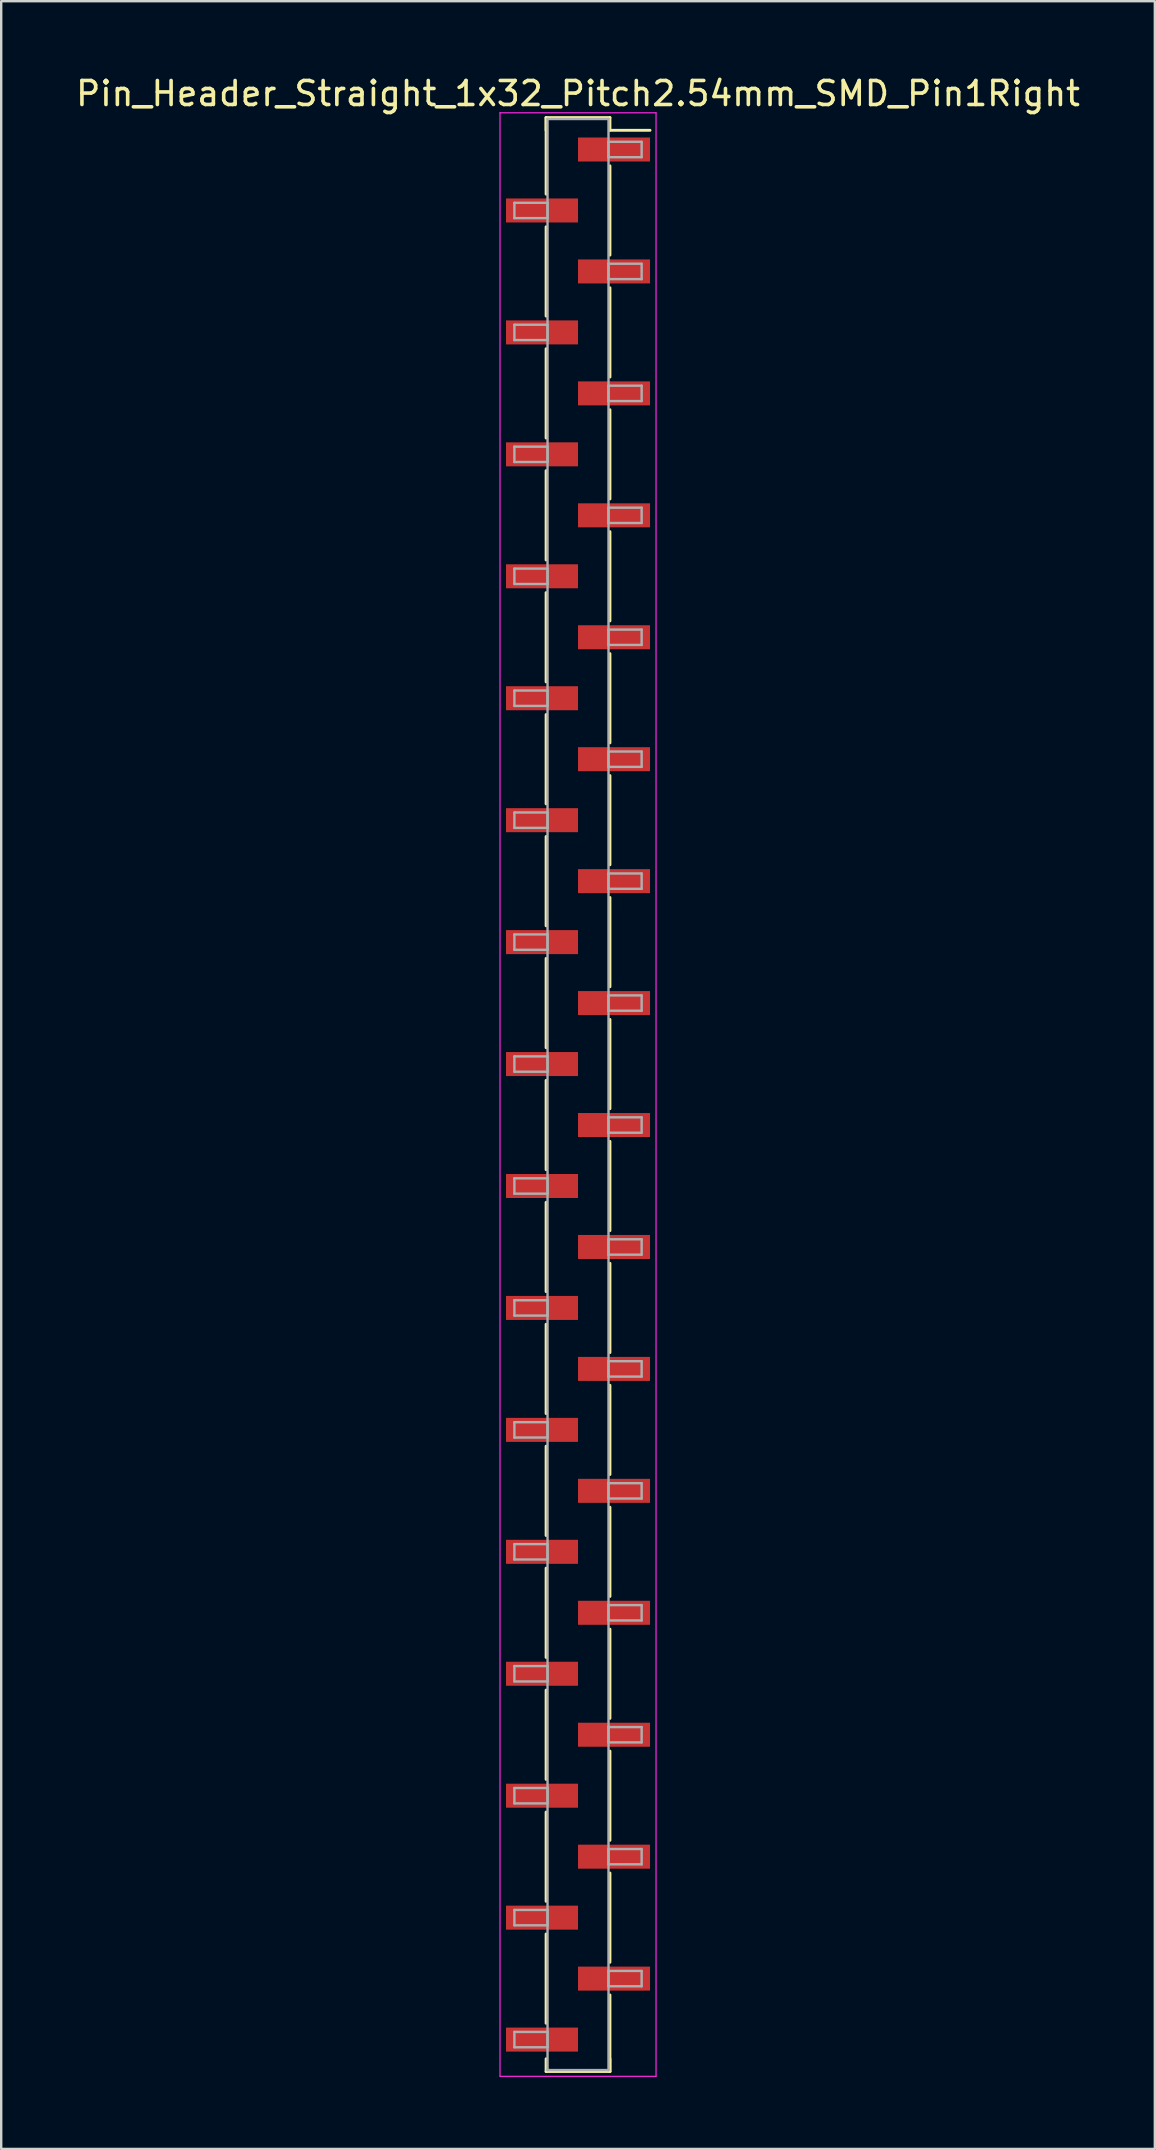
<source format=kicad_pcb>
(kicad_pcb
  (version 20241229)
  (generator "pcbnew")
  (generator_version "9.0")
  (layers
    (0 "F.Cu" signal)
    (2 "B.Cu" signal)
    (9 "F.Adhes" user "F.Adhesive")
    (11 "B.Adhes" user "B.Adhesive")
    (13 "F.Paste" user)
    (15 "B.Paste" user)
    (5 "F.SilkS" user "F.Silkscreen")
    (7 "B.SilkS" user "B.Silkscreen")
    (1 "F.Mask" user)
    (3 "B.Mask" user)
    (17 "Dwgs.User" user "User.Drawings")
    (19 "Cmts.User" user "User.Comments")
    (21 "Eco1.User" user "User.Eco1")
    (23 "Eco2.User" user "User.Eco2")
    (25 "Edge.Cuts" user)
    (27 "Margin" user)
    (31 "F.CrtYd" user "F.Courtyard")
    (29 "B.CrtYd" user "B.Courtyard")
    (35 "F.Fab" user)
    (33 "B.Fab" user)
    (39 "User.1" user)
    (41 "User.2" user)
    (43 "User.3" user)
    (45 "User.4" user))
  (footprint "Pin_Header_Straight_1x32_Pitch2.54mm_SMD_Pin1Right"
    (layer "F.Cu")
    (at 21.03 42.548)
    (property "Reference" "Pin_Header_Straight_1x32_Pitch2.54mm_SMD_Pin1Right" (at 0 -41.7 0) (layer "F.SilkS") (effects (font (size 1 1) (thickness 0.15))))
    (attr smd)
    (fp_line (start -1.33 -40.7) (end -1.33 -37.51) (stroke (width 0.12) (type solid)) (layer "F.SilkS"))
    (fp_line (start -1.33 -40.7) (end 1.33 -40.7) (stroke (width 0.12) (type solid)) (layer "F.SilkS"))
    (fp_line (start -1.33 -40.17) (end -1.33 -40.7) (stroke (width 0.12) (type solid)) (layer "F.SilkS"))
    (fp_line (start -1.33 -36.15) (end -1.33 -32.43) (stroke (width 0.12) (type solid)) (layer "F.SilkS"))
    (fp_line (start -1.33 -31.07) (end -1.33 -27.35) (stroke (width 0.12) (type solid)) (layer "F.SilkS"))
    (fp_line (start -1.33 -25.99) (end -1.33 -22.27) (stroke (width 0.12) (type solid)) (layer "F.SilkS"))
    (fp_line (start -1.33 -20.91) (end -1.33 -17.19) (stroke (width 0.12) (type solid)) (layer "F.SilkS"))
    (fp_line (start -1.33 -15.83) (end -1.33 -12.11) (stroke (width 0.12) (type solid)) (layer "F.SilkS"))
    (fp_line (start -1.33 -10.75) (end -1.33 -7.03) (stroke (width 0.12) (type solid)) (layer "F.SilkS"))
    (fp_line (start -1.33 -5.67) (end -1.33 -1.95) (stroke (width 0.12) (type solid)) (layer "F.SilkS"))
    (fp_line (start -1.33 -0.59) (end -1.33 3.13) (stroke (width 0.12) (type solid)) (layer "F.SilkS"))
    (fp_line (start -1.33 4.49) (end -1.33 8.21) (stroke (width 0.12) (type solid)) (layer "F.SilkS"))
    (fp_line (start -1.33 9.57) (end -1.33 13.29) (stroke (width 0.12) (type solid)) (layer "F.SilkS"))
    (fp_line (start -1.33 14.65) (end -1.33 18.37) (stroke (width 0.12) (type solid)) (layer "F.SilkS"))
    (fp_line (start -1.33 19.73) (end -1.33 23.45) (stroke (width 0.12) (type solid)) (layer "F.SilkS"))
    (fp_line (start -1.33 24.81) (end -1.33 28.53) (stroke (width 0.12) (type solid)) (layer "F.SilkS"))
    (fp_line (start -1.33 29.89) (end -1.33 33.61) (stroke (width 0.12) (type solid)) (layer "F.SilkS"))
    (fp_line (start -1.33 34.97) (end -1.33 38.69) (stroke (width 0.12) (type solid)) (layer "F.SilkS"))
    (fp_line (start -1.33 40.17) (end -1.33 40.7) (stroke (width 0.12) (type solid)) (layer "F.SilkS"))
    (fp_line (start -1.33 40.7) (end 1.33 40.7) (stroke (width 0.12) (type solid)) (layer "F.SilkS"))
    (fp_line (start 1.33 -40.7) (end 1.33 -40.17) (stroke (width 0.12) (type solid)) (layer "F.SilkS"))
    (fp_line (start 1.33 -40.17) (end 3 -40.17) (stroke (width 0.12) (type solid)) (layer "F.SilkS"))
    (fp_line (start 1.33 -38.69) (end 1.33 -34.97) (stroke (width 0.12) (type solid)) (layer "F.SilkS"))
    (fp_line (start 1.33 -33.61) (end 1.33 -29.89) (stroke (width 0.12) (type solid)) (layer "F.SilkS"))
    (fp_line (start 1.33 -28.53) (end 1.33 -24.81) (stroke (width 0.12) (type solid)) (layer "F.SilkS"))
    (fp_line (start 1.33 -23.45) (end 1.33 -19.73) (stroke (width 0.12) (type solid)) (layer "F.SilkS"))
    (fp_line (start 1.33 -18.37) (end 1.33 -14.65) (stroke (width 0.12) (type solid)) (layer "F.SilkS"))
    (fp_line (start 1.33 -13.29) (end 1.33 -9.57) (stroke (width 0.12) (type solid)) (layer "F.SilkS"))
    (fp_line (start 1.33 -8.21) (end 1.33 -4.49) (stroke (width 0.12) (type solid)) (layer "F.SilkS"))
    (fp_line (start 1.33 -3.13) (end 1.33 0.59) (stroke (width 0.12) (type solid)) (layer "F.SilkS"))
    (fp_line (start 1.33 1.95) (end 1.33 5.67) (stroke (width 0.12) (type solid)) (layer "F.SilkS"))
    (fp_line (start 1.33 7.03) (end 1.33 10.75) (stroke (width 0.12) (type solid)) (layer "F.SilkS"))
    (fp_line (start 1.33 12.11) (end 1.33 15.83) (stroke (width 0.12) (type solid)) (layer "F.SilkS"))
    (fp_line (start 1.33 17.19) (end 1.33 20.91) (stroke (width 0.12) (type solid)) (layer "F.SilkS"))
    (fp_line (start 1.33 22.27) (end 1.33 25.99) (stroke (width 0.12) (type solid)) (layer "F.SilkS"))
    (fp_line (start 1.33 27.35) (end 1.33 31.07) (stroke (width 0.12) (type solid)) (layer "F.SilkS"))
    (fp_line (start 1.33 32.43) (end 1.33 36.15) (stroke (width 0.12) (type solid)) (layer "F.SilkS"))
    (fp_line (start 1.33 37.51) (end 1.33 40.7) (stroke (width 0.12) (type solid)) (layer "F.SilkS"))
    (fp_line (start 1.33 40.7) (end 1.33 40.17) (stroke (width 0.12) (type solid)) (layer "F.SilkS"))
    (fp_line (start -3.25 -40.9) (end -3.25 40.9) (stroke (width 0.05) (type solid)) (layer "F.CrtYd"))
    (fp_line (start -3.25 40.9) (end 3.25 40.9) (stroke (width 0.05) (type solid)) (layer "F.CrtYd"))
    (fp_line (start 3.25 -40.9) (end -3.25 -40.9) (stroke (width 0.05) (type solid)) (layer "F.CrtYd"))
    (fp_line (start 3.25 40.9) (end 3.25 -40.9) (stroke (width 0.05) (type solid)) (layer "F.CrtYd"))
    (fp_line (start -2.65 -37.15) (end -1.27 -37.15) (stroke (width 0.1) (type solid)) (layer "F.Fab"))
    (fp_line (start -2.65 -36.51) (end -2.65 -37.15) (stroke (width 0.1) (type solid)) (layer "F.Fab"))
    (fp_line (start -2.65 -32.07) (end -1.27 -32.07) (stroke (width 0.1) (type solid)) (layer "F.Fab"))
    (fp_line (start -2.65 -31.43) (end -2.65 -32.07) (stroke (width 0.1) (type solid)) (layer "F.Fab"))
    (fp_line (start -2.65 -26.99) (end -1.27 -26.99) (stroke (width 0.1) (type solid)) (layer "F.Fab"))
    (fp_line (start -2.65 -26.35) (end -2.65 -26.99) (stroke (width 0.1) (type solid)) (layer "F.Fab"))
    (fp_line (start -2.65 -21.91) (end -1.27 -21.91) (stroke (width 0.1) (type solid)) (layer "F.Fab"))
    (fp_line (start -2.65 -21.27) (end -2.65 -21.91) (stroke (width 0.1) (type solid)) (layer "F.Fab"))
    (fp_line (start -2.65 -16.83) (end -1.27 -16.83) (stroke (width 0.1) (type solid)) (layer "F.Fab"))
    (fp_line (start -2.65 -16.19) (end -2.65 -16.83) (stroke (width 0.1) (type solid)) (layer "F.Fab"))
    (fp_line (start -2.65 -11.75) (end -1.27 -11.75) (stroke (width 0.1) (type solid)) (layer "F.Fab"))
    (fp_line (start -2.65 -11.11) (end -2.65 -11.75) (stroke (width 0.1) (type solid)) (layer "F.Fab"))
    (fp_line (start -2.65 -6.67) (end -1.27 -6.67) (stroke (width 0.1) (type solid)) (layer "F.Fab"))
    (fp_line (start -2.65 -6.03) (end -2.65 -6.67) (stroke (width 0.1) (type solid)) (layer "F.Fab"))
    (fp_line (start -2.65 -1.59) (end -1.27 -1.59) (stroke (width 0.1) (type solid)) (layer "F.Fab"))
    (fp_line (start -2.65 -0.95) (end -2.65 -1.59) (stroke (width 0.1) (type solid)) (layer "F.Fab"))
    (fp_line (start -2.65 3.49) (end -1.27 3.49) (stroke (width 0.1) (type solid)) (layer "F.Fab"))
    (fp_line (start -2.65 4.13) (end -2.65 3.49) (stroke (width 0.1) (type solid)) (layer "F.Fab"))
    (fp_line (start -2.65 8.57) (end -1.27 8.57) (stroke (width 0.1) (type solid)) (layer "F.Fab"))
    (fp_line (start -2.65 9.21) (end -2.65 8.57) (stroke (width 0.1) (type solid)) (layer "F.Fab"))
    (fp_line (start -2.65 13.65) (end -1.27 13.65) (stroke (width 0.1) (type solid)) (layer "F.Fab"))
    (fp_line (start -2.65 14.29) (end -2.65 13.65) (stroke (width 0.1) (type solid)) (layer "F.Fab"))
    (fp_line (start -2.65 18.73) (end -1.27 18.73) (stroke (width 0.1) (type solid)) (layer "F.Fab"))
    (fp_line (start -2.65 19.37) (end -2.65 18.73) (stroke (width 0.1) (type solid)) (layer "F.Fab"))
    (fp_line (start -2.65 23.81) (end -1.27 23.81) (stroke (width 0.1) (type solid)) (layer "F.Fab"))
    (fp_line (start -2.65 24.45) (end -2.65 23.81) (stroke (width 0.1) (type solid)) (layer "F.Fab"))
    (fp_line (start -2.65 28.89) (end -1.27 28.89) (stroke (width 0.1) (type solid)) (layer "F.Fab"))
    (fp_line (start -2.65 29.53) (end -2.65 28.89) (stroke (width 0.1) (type solid)) (layer "F.Fab"))
    (fp_line (start -2.65 33.97) (end -1.27 33.97) (stroke (width 0.1) (type solid)) (layer "F.Fab"))
    (fp_line (start -2.65 34.61) (end -2.65 33.97) (stroke (width 0.1) (type solid)) (layer "F.Fab"))
    (fp_line (start -2.65 39.05) (end -1.27 39.05) (stroke (width 0.1) (type solid)) (layer "F.Fab"))
    (fp_line (start -2.65 39.69) (end -2.65 39.05) (stroke (width 0.1) (type solid)) (layer "F.Fab"))
    (fp_line (start -1.27 -40.64) (end -1.27 40.64) (stroke (width 0.1) (type solid)) (layer "F.Fab"))
    (fp_line (start -1.27 -37.15) (end -1.27 -36.51) (stroke (width 0.1) (type solid)) (layer "F.Fab"))
    (fp_line (start -1.27 -36.51) (end -2.65 -36.51) (stroke (width 0.1) (type solid)) (layer "F.Fab"))
    (fp_line (start -1.27 -32.07) (end -1.27 -31.43) (stroke (width 0.1) (type solid)) (layer "F.Fab"))
    (fp_line (start -1.27 -31.43) (end -2.65 -31.43) (stroke (width 0.1) (type solid)) (layer "F.Fab"))
    (fp_line (start -1.27 -26.99) (end -1.27 -26.35) (stroke (width 0.1) (type solid)) (layer "F.Fab"))
    (fp_line (start -1.27 -26.35) (end -2.65 -26.35) (stroke (width 0.1) (type solid)) (layer "F.Fab"))
    (fp_line (start -1.27 -21.91) (end -1.27 -21.27) (stroke (width 0.1) (type solid)) (layer "F.Fab"))
    (fp_line (start -1.27 -21.27) (end -2.65 -21.27) (stroke (width 0.1) (type solid)) (layer "F.Fab"))
    (fp_line (start -1.27 -16.83) (end -1.27 -16.19) (stroke (width 0.1) (type solid)) (layer "F.Fab"))
    (fp_line (start -1.27 -16.19) (end -2.65 -16.19) (stroke (width 0.1) (type solid)) (layer "F.Fab"))
    (fp_line (start -1.27 -11.75) (end -1.27 -11.11) (stroke (width 0.1) (type solid)) (layer "F.Fab"))
    (fp_line (start -1.27 -11.11) (end -2.65 -11.11) (stroke (width 0.1) (type solid)) (layer "F.Fab"))
    (fp_line (start -1.27 -6.67) (end -1.27 -6.03) (stroke (width 0.1) (type solid)) (layer "F.Fab"))
    (fp_line (start -1.27 -6.03) (end -2.65 -6.03) (stroke (width 0.1) (type solid)) (layer "F.Fab"))
    (fp_line (start -1.27 -1.59) (end -1.27 -0.95) (stroke (width 0.1) (type solid)) (layer "F.Fab"))
    (fp_line (start -1.27 -0.95) (end -2.65 -0.95) (stroke (width 0.1) (type solid)) (layer "F.Fab"))
    (fp_line (start -1.27 3.49) (end -1.27 4.13) (stroke (width 0.1) (type solid)) (layer "F.Fab"))
    (fp_line (start -1.27 4.13) (end -2.65 4.13) (stroke (width 0.1) (type solid)) (layer "F.Fab"))
    (fp_line (start -1.27 8.57) (end -1.27 9.21) (stroke (width 0.1) (type solid)) (layer "F.Fab"))
    (fp_line (start -1.27 9.21) (end -2.65 9.21) (stroke (width 0.1) (type solid)) (layer "F.Fab"))
    (fp_line (start -1.27 13.65) (end -1.27 14.29) (stroke (width 0.1) (type solid)) (layer "F.Fab"))
    (fp_line (start -1.27 14.29) (end -2.65 14.29) (stroke (width 0.1) (type solid)) (layer "F.Fab"))
    (fp_line (start -1.27 18.73) (end -1.27 19.37) (stroke (width 0.1) (type solid)) (layer "F.Fab"))
    (fp_line (start -1.27 19.37) (end -2.65 19.37) (stroke (width 0.1) (type solid)) (layer "F.Fab"))
    (fp_line (start -1.27 23.81) (end -1.27 24.45) (stroke (width 0.1) (type solid)) (layer "F.Fab"))
    (fp_line (start -1.27 24.45) (end -2.65 24.45) (stroke (width 0.1) (type solid)) (layer "F.Fab"))
    (fp_line (start -1.27 28.89) (end -1.27 29.53) (stroke (width 0.1) (type solid)) (layer "F.Fab"))
    (fp_line (start -1.27 29.53) (end -2.65 29.53) (stroke (width 0.1) (type solid)) (layer "F.Fab"))
    (fp_line (start -1.27 33.97) (end -1.27 34.61) (stroke (width 0.1) (type solid)) (layer "F.Fab"))
    (fp_line (start -1.27 34.61) (end -2.65 34.61) (stroke (width 0.1) (type solid)) (layer "F.Fab"))
    (fp_line (start -1.27 39.05) (end -1.27 39.69) (stroke (width 0.1) (type solid)) (layer "F.Fab"))
    (fp_line (start -1.27 39.69) (end -2.65 39.69) (stroke (width 0.1) (type solid)) (layer "F.Fab"))
    (fp_line (start -1.27 40.64) (end 1.27 40.64) (stroke (width 0.1) (type solid)) (layer "F.Fab"))
    (fp_line (start 1.27 -40.64) (end -1.27 -40.64) (stroke (width 0.1) (type solid)) (layer "F.Fab"))
    (fp_line (start 1.27 -39.69) (end 1.27 -39.05) (stroke (width 0.1) (type solid)) (layer "F.Fab"))
    (fp_line (start 1.27 -39.05) (end 2.65 -39.05) (stroke (width 0.1) (type solid)) (layer "F.Fab"))
    (fp_line (start 1.27 -34.61) (end 1.27 -33.97) (stroke (width 0.1) (type solid)) (layer "F.Fab"))
    (fp_line (start 1.27 -33.97) (end 2.65 -33.97) (stroke (width 0.1) (type solid)) (layer "F.Fab"))
    (fp_line (start 1.27 -29.53) (end 1.27 -28.89) (stroke (width 0.1) (type solid)) (layer "F.Fab"))
    (fp_line (start 1.27 -28.89) (end 2.65 -28.89) (stroke (width 0.1) (type solid)) (layer "F.Fab"))
    (fp_line (start 1.27 -24.45) (end 1.27 -23.81) (stroke (width 0.1) (type solid)) (layer "F.Fab"))
    (fp_line (start 1.27 -23.81) (end 2.65 -23.81) (stroke (width 0.1) (type solid)) (layer "F.Fab"))
    (fp_line (start 1.27 -19.37) (end 1.27 -18.73) (stroke (width 0.1) (type solid)) (layer "F.Fab"))
    (fp_line (start 1.27 -18.73) (end 2.65 -18.73) (stroke (width 0.1) (type solid)) (layer "F.Fab"))
    (fp_line (start 1.27 -14.29) (end 1.27 -13.65) (stroke (width 0.1) (type solid)) (layer "F.Fab"))
    (fp_line (start 1.27 -13.65) (end 2.65 -13.65) (stroke (width 0.1) (type solid)) (layer "F.Fab"))
    (fp_line (start 1.27 -9.21) (end 1.27 -8.57) (stroke (width 0.1) (type solid)) (layer "F.Fab"))
    (fp_line (start 1.27 -8.57) (end 2.65 -8.57) (stroke (width 0.1) (type solid)) (layer "F.Fab"))
    (fp_line (start 1.27 -4.13) (end 1.27 -3.49) (stroke (width 0.1) (type solid)) (layer "F.Fab"))
    (fp_line (start 1.27 -3.49) (end 2.65 -3.49) (stroke (width 0.1) (type solid)) (layer "F.Fab"))
    (fp_line (start 1.27 0.95) (end 1.27 1.59) (stroke (width 0.1) (type solid)) (layer "F.Fab"))
    (fp_line (start 1.27 1.59) (end 2.65 1.59) (stroke (width 0.1) (type solid)) (layer "F.Fab"))
    (fp_line (start 1.27 6.03) (end 1.27 6.67) (stroke (width 0.1) (type solid)) (layer "F.Fab"))
    (fp_line (start 1.27 6.67) (end 2.65 6.67) (stroke (width 0.1) (type solid)) (layer "F.Fab"))
    (fp_line (start 1.27 11.11) (end 1.27 11.75) (stroke (width 0.1) (type solid)) (layer "F.Fab"))
    (fp_line (start 1.27 11.75) (end 2.65 11.75) (stroke (width 0.1) (type solid)) (layer "F.Fab"))
    (fp_line (start 1.27 16.19) (end 1.27 16.83) (stroke (width 0.1) (type solid)) (layer "F.Fab"))
    (fp_line (start 1.27 16.83) (end 2.65 16.83) (stroke (width 0.1) (type solid)) (layer "F.Fab"))
    (fp_line (start 1.27 21.27) (end 1.27 21.91) (stroke (width 0.1) (type solid)) (layer "F.Fab"))
    (fp_line (start 1.27 21.91) (end 2.65 21.91) (stroke (width 0.1) (type solid)) (layer "F.Fab"))
    (fp_line (start 1.27 26.35) (end 1.27 26.99) (stroke (width 0.1) (type solid)) (layer "F.Fab"))
    (fp_line (start 1.27 26.99) (end 2.65 26.99) (stroke (width 0.1) (type solid)) (layer "F.Fab"))
    (fp_line (start 1.27 31.43) (end 1.27 32.07) (stroke (width 0.1) (type solid)) (layer "F.Fab"))
    (fp_line (start 1.27 32.07) (end 2.65 32.07) (stroke (width 0.1) (type solid)) (layer "F.Fab"))
    (fp_line (start 1.27 36.51) (end 1.27 37.15) (stroke (width 0.1) (type solid)) (layer "F.Fab"))
    (fp_line (start 1.27 37.15) (end 2.65 37.15) (stroke (width 0.1) (type solid)) (layer "F.Fab"))
    (fp_line (start 1.27 40.64) (end 1.27 -40.64) (stroke (width 0.1) (type solid)) (layer "F.Fab"))
    (fp_line (start 2.65 -39.69) (end 1.27 -39.69) (stroke (width 0.1) (type solid)) (layer "F.Fab"))
    (fp_line (start 2.65 -39.05) (end 2.65 -39.69) (stroke (width 0.1) (type solid)) (layer "F.Fab"))
    (fp_line (start 2.65 -34.61) (end 1.27 -34.61) (stroke (width 0.1) (type solid)) (layer "F.Fab"))
    (fp_line (start 2.65 -33.97) (end 2.65 -34.61) (stroke (width 0.1) (type solid)) (layer "F.Fab"))
    (fp_line (start 2.65 -29.53) (end 1.27 -29.53) (stroke (width 0.1) (type solid)) (layer "F.Fab"))
    (fp_line (start 2.65 -28.89) (end 2.65 -29.53) (stroke (width 0.1) (type solid)) (layer "F.Fab"))
    (fp_line (start 2.65 -24.45) (end 1.27 -24.45) (stroke (width 0.1) (type solid)) (layer "F.Fab"))
    (fp_line (start 2.65 -23.81) (end 2.65 -24.45) (stroke (width 0.1) (type solid)) (layer "F.Fab"))
    (fp_line (start 2.65 -19.37) (end 1.27 -19.37) (stroke (width 0.1) (type solid)) (layer "F.Fab"))
    (fp_line (start 2.65 -18.73) (end 2.65 -19.37) (stroke (width 0.1) (type solid)) (layer "F.Fab"))
    (fp_line (start 2.65 -14.29) (end 1.27 -14.29) (stroke (width 0.1) (type solid)) (layer "F.Fab"))
    (fp_line (start 2.65 -13.65) (end 2.65 -14.29) (stroke (width 0.1) (type solid)) (layer "F.Fab"))
    (fp_line (start 2.65 -9.21) (end 1.27 -9.21) (stroke (width 0.1) (type solid)) (layer "F.Fab"))
    (fp_line (start 2.65 -8.57) (end 2.65 -9.21) (stroke (width 0.1) (type solid)) (layer "F.Fab"))
    (fp_line (start 2.65 -4.13) (end 1.27 -4.13) (stroke (width 0.1) (type solid)) (layer "F.Fab"))
    (fp_line (start 2.65 -3.49) (end 2.65 -4.13) (stroke (width 0.1) (type solid)) (layer "F.Fab"))
    (fp_line (start 2.65 0.95) (end 1.27 0.95) (stroke (width 0.1) (type solid)) (layer "F.Fab"))
    (fp_line (start 2.65 1.59) (end 2.65 0.95) (stroke (width 0.1) (type solid)) (layer "F.Fab"))
    (fp_line (start 2.65 6.03) (end 1.27 6.03) (stroke (width 0.1) (type solid)) (layer "F.Fab"))
    (fp_line (start 2.65 6.67) (end 2.65 6.03) (stroke (width 0.1) (type solid)) (layer "F.Fab"))
    (fp_line (start 2.65 11.11) (end 1.27 11.11) (stroke (width 0.1) (type solid)) (layer "F.Fab"))
    (fp_line (start 2.65 11.75) (end 2.65 11.11) (stroke (width 0.1) (type solid)) (layer "F.Fab"))
    (fp_line (start 2.65 16.19) (end 1.27 16.19) (stroke (width 0.1) (type solid)) (layer "F.Fab"))
    (fp_line (start 2.65 16.83) (end 2.65 16.19) (stroke (width 0.1) (type solid)) (layer "F.Fab"))
    (fp_line (start 2.65 21.27) (end 1.27 21.27) (stroke (width 0.1) (type solid)) (layer "F.Fab"))
    (fp_line (start 2.65 21.91) (end 2.65 21.27) (stroke (width 0.1) (type solid)) (layer "F.Fab"))
    (fp_line (start 2.65 26.35) (end 1.27 26.35) (stroke (width 0.1) (type solid)) (layer "F.Fab"))
    (fp_line (start 2.65 26.99) (end 2.65 26.35) (stroke (width 0.1) (type solid)) (layer "F.Fab"))
    (fp_line (start 2.65 31.43) (end 1.27 31.43) (stroke (width 0.1) (type solid)) (layer "F.Fab"))
    (fp_line (start 2.65 32.07) (end 2.65 31.43) (stroke (width 0.1) (type solid)) (layer "F.Fab"))
    (fp_line (start 2.65 36.51) (end 1.27 36.51) (stroke (width 0.1) (type solid)) (layer "F.Fab"))
    (fp_line (start 2.65 37.15) (end 2.65 36.51) (stroke (width 0.1) (type solid)) (layer "F.Fab"))
    (pad "1" smd rect (at 1.5 -39.37) (size 3 1) (layers "F.Cu" "F.Mask"))
    (pad "2" smd rect (at -1.5 -36.83) (size 3 1) (layers "F.Cu" "F.Mask"))
    (pad "3" smd rect (at 1.5 -34.29) (size 3 1) (layers "F.Cu" "F.Mask"))
    (pad "4" smd rect (at -1.5 -31.75) (size 3 1) (layers "F.Cu" "F.Mask"))
    (pad "5" smd rect (at 1.5 -29.21) (size 3 1) (layers "F.Cu" "F.Mask"))
    (pad "6" smd rect (at -1.5 -26.67) (size 3 1) (layers "F.Cu" "F.Mask"))
    (pad "7" smd rect (at 1.5 -24.13) (size 3 1) (layers "F.Cu" "F.Mask"))
    (pad "8" smd rect (at -1.5 -21.59) (size 3 1) (layers "F.Cu" "F.Mask"))
    (pad "9" smd rect (at 1.5 -19.05) (size 3 1) (layers "F.Cu" "F.Mask"))
    (pad "10" smd rect (at -1.5 -16.51) (size 3 1) (layers "F.Cu" "F.Mask"))
    (pad "11" smd rect (at 1.5 -13.97) (size 3 1) (layers "F.Cu" "F.Mask"))
    (pad "12" smd rect (at -1.5 -11.43) (size 3 1) (layers "F.Cu" "F.Mask"))
    (pad "13" smd rect (at 1.5 -8.89) (size 3 1) (layers "F.Cu" "F.Mask"))
    (pad "14" smd rect (at -1.5 -6.35) (size 3 1) (layers "F.Cu" "F.Mask"))
    (pad "15" smd rect (at 1.5 -3.81) (size 3 1) (layers "F.Cu" "F.Mask"))
    (pad "16" smd rect (at -1.5 -1.27) (size 3 1) (layers "F.Cu" "F.Mask"))
    (pad "17" smd rect (at 1.5 1.27) (size 3 1) (layers "F.Cu" "F.Mask"))
    (pad "18" smd rect (at -1.5 3.81) (size 3 1) (layers "F.Cu" "F.Mask"))
    (pad "19" smd rect (at 1.5 6.35) (size 3 1) (layers "F.Cu" "F.Mask"))
    (pad "20" smd rect (at -1.5 8.89) (size 3 1) (layers "F.Cu" "F.Mask"))
    (pad "21" smd rect (at 1.5 11.43) (size 3 1) (layers "F.Cu" "F.Mask"))
    (pad "22" smd rect (at -1.5 13.97) (size 3 1) (layers "F.Cu" "F.Mask"))
    (pad "23" smd rect (at 1.5 16.51) (size 3 1) (layers "F.Cu" "F.Mask"))
    (pad "24" smd rect (at -1.5 19.05) (size 3 1) (layers "F.Cu" "F.Mask"))
    (pad "25" smd rect (at 1.5 21.59) (size 3 1) (layers "F.Cu" "F.Mask"))
    (pad "26" smd rect (at -1.5 24.13) (size 3 1) (layers "F.Cu" "F.Mask"))
    (pad "27" smd rect (at 1.5 26.67) (size 3 1) (layers "F.Cu" "F.Mask"))
    (pad "28" smd rect (at -1.5 29.21) (size 3 1) (layers "F.Cu" "F.Mask"))
    (pad "29" smd rect (at 1.5 31.75) (size 3 1) (layers "F.Cu" "F.Mask"))
    (pad "30" smd rect (at -1.5 34.29) (size 3 1) (layers "F.Cu" "F.Mask"))
    (pad "31" smd rect (at 1.5 36.83) (size 3 1) (layers "F.Cu" "F.Mask"))
    (pad "32" smd rect (at -1.5 39.37) (size 3 1) (layers "F.Cu" "F.Mask")))
  (gr_rect
    (start -3 -3)
    (end 45.06 86.473)
    (stroke (width 0.1) (type default))
    (fill no)
    (layer "Edge.Cuts")))
</source>
